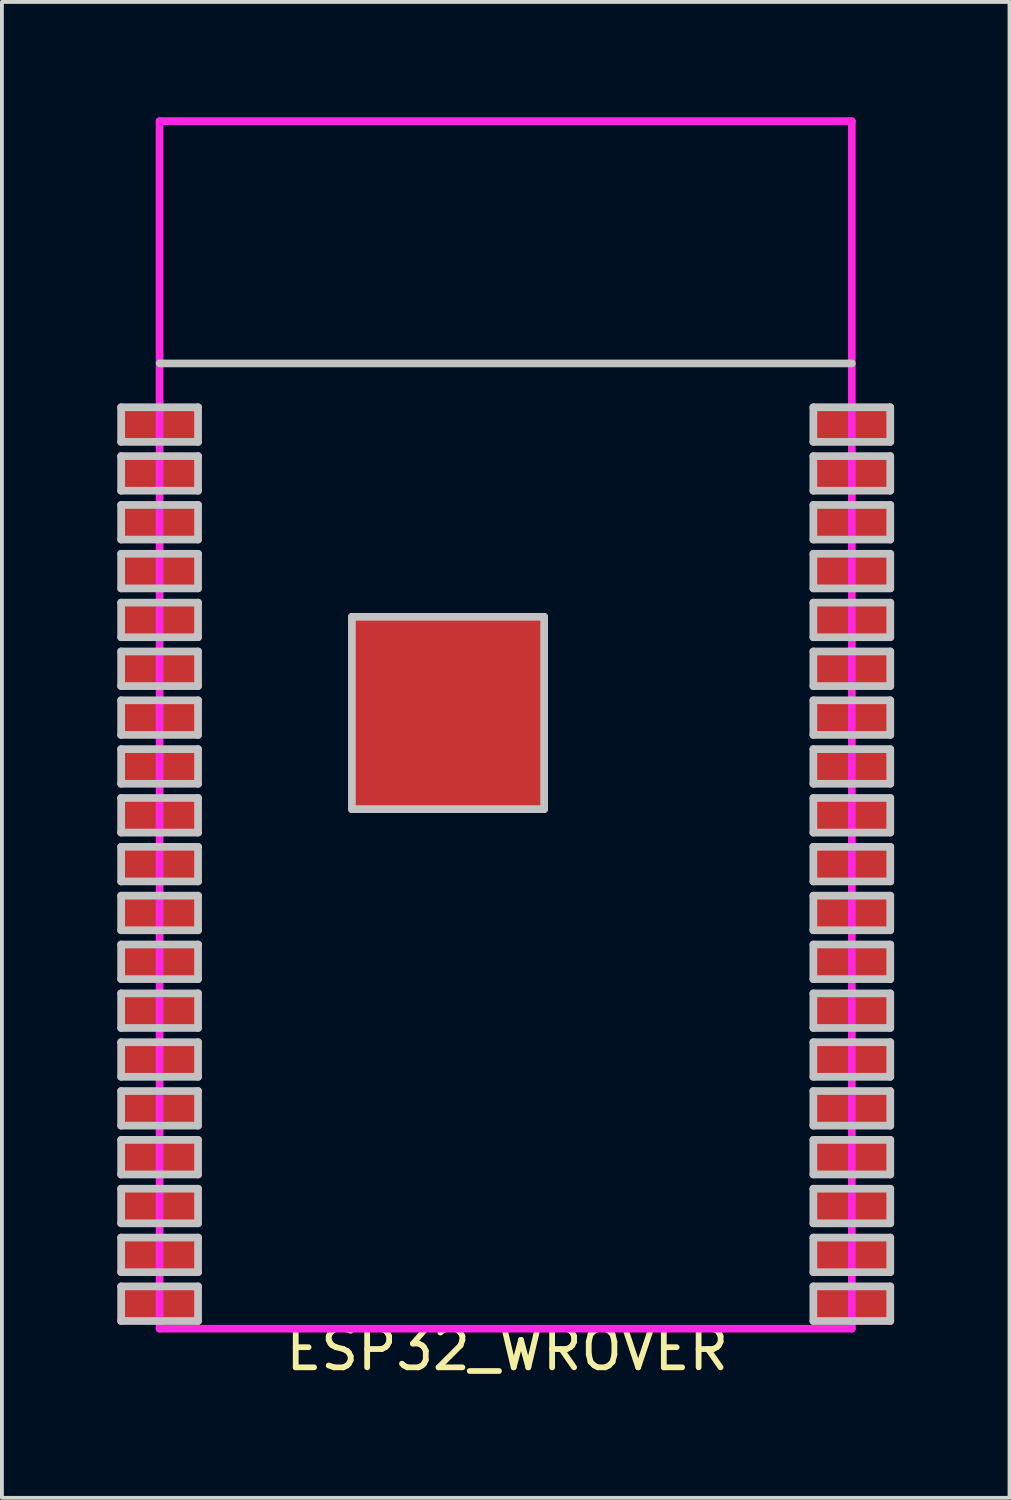
<source format=kicad_pcb>
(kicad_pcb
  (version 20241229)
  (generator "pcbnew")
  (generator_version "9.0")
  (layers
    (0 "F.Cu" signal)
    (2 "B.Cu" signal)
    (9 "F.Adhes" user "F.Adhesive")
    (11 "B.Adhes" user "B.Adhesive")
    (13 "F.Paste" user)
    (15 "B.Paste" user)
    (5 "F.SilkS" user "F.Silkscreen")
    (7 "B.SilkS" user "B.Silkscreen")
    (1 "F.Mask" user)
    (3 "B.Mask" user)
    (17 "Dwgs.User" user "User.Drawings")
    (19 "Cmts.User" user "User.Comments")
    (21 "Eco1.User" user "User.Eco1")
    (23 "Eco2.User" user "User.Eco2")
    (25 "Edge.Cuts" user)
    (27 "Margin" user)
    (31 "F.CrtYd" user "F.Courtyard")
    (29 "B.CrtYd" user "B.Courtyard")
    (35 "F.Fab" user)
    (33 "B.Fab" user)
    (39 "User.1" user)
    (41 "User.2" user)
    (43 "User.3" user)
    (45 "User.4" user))
  (footprint "ESP32_WROVER"
    (layer "F.Cu")
    (at 10.14 31.55)
    (property "Reference" "ESP32_WROVER" (at 0 0.5 0) (layer "F.SilkS") (effects (font (size 1 1) (thickness 0.15))))
    (attr through_hole)
    (fp_line (start -10.04 -24.01) (end -10.04 -23.11) (stroke (width 0.2) (type solid)) (layer "Dwgs.User"))
    (fp_line (start -10.04 -23.11) (end -8.04 -23.11) (stroke (width 0.2) (type solid)) (layer "Dwgs.User"))
    (fp_line (start -10.04 -22.74) (end -10.04 -21.84) (stroke (width 0.2) (type solid)) (layer "Dwgs.User"))
    (fp_line (start -10.04 -21.84) (end -8.04 -21.84) (stroke (width 0.2) (type solid)) (layer "Dwgs.User"))
    (fp_line (start -10.04 -21.47) (end -10.04 -20.57) (stroke (width 0.2) (type solid)) (layer "Dwgs.User"))
    (fp_line (start -10.04 -20.57) (end -8.04 -20.57) (stroke (width 0.2) (type solid)) (layer "Dwgs.User"))
    (fp_line (start -10.04 -20.2) (end -10.04 -19.3) (stroke (width 0.2) (type solid)) (layer "Dwgs.User"))
    (fp_line (start -10.04 -19.3) (end -8.04 -19.3) (stroke (width 0.2) (type solid)) (layer "Dwgs.User"))
    (fp_line (start -10.04 -18.93) (end -10.04 -18.03) (stroke (width 0.2) (type solid)) (layer "Dwgs.User"))
    (fp_line (start -10.04 -18.03) (end -8.04 -18.03) (stroke (width 0.2) (type solid)) (layer "Dwgs.User"))
    (fp_line (start -10.04 -17.66) (end -10.04 -16.76) (stroke (width 0.2) (type solid)) (layer "Dwgs.User"))
    (fp_line (start -10.04 -16.76) (end -8.04 -16.76) (stroke (width 0.2) (type solid)) (layer "Dwgs.User"))
    (fp_line (start -10.04 -16.39) (end -10.04 -15.49) (stroke (width 0.2) (type solid)) (layer "Dwgs.User"))
    (fp_line (start -10.04 -15.49) (end -8.04 -15.49) (stroke (width 0.2) (type solid)) (layer "Dwgs.User"))
    (fp_line (start -10.04 -15.12) (end -10.04 -14.22) (stroke (width 0.2) (type solid)) (layer "Dwgs.User"))
    (fp_line (start -10.04 -14.22) (end -8.04 -14.22) (stroke (width 0.2) (type solid)) (layer "Dwgs.User"))
    (fp_line (start -10.04 -13.85) (end -10.04 -12.95) (stroke (width 0.2) (type solid)) (layer "Dwgs.User"))
    (fp_line (start -10.04 -12.95) (end -8.04 -12.95) (stroke (width 0.2) (type solid)) (layer "Dwgs.User"))
    (fp_line (start -10.04 -12.58) (end -10.04 -11.68) (stroke (width 0.2) (type solid)) (layer "Dwgs.User"))
    (fp_line (start -10.04 -11.68) (end -8.04 -11.68) (stroke (width 0.2) (type solid)) (layer "Dwgs.User"))
    (fp_line (start -10.04 -11.31) (end -10.04 -10.41) (stroke (width 0.2) (type solid)) (layer "Dwgs.User"))
    (fp_line (start -10.04 -10.41) (end -8.04 -10.41) (stroke (width 0.2) (type solid)) (layer "Dwgs.User"))
    (fp_line (start -10.04 -10.04) (end -10.04 -9.14) (stroke (width 0.2) (type solid)) (layer "Dwgs.User"))
    (fp_line (start -10.04 -9.14) (end -8.04 -9.14) (stroke (width 0.2) (type solid)) (layer "Dwgs.User"))
    (fp_line (start -10.04 -8.77) (end -10.04 -7.87) (stroke (width 0.2) (type solid)) (layer "Dwgs.User"))
    (fp_line (start -10.04 -7.87) (end -8.04 -7.87) (stroke (width 0.2) (type solid)) (layer "Dwgs.User"))
    (fp_line (start -10.04 -7.5) (end -10.04 -6.6) (stroke (width 0.2) (type solid)) (layer "Dwgs.User"))
    (fp_line (start -10.04 -6.6) (end -8.04 -6.6) (stroke (width 0.2) (type solid)) (layer "Dwgs.User"))
    (fp_line (start -10.04 -6.23) (end -10.04 -5.33) (stroke (width 0.2) (type solid)) (layer "Dwgs.User"))
    (fp_line (start -10.04 -5.33) (end -8.04 -5.33) (stroke (width 0.2) (type solid)) (layer "Dwgs.User"))
    (fp_line (start -10.04 -4.96) (end -10.04 -4.06) (stroke (width 0.2) (type solid)) (layer "Dwgs.User"))
    (fp_line (start -10.04 -4.06) (end -8.04 -4.06) (stroke (width 0.2) (type solid)) (layer "Dwgs.User"))
    (fp_line (start -10.04 -3.69) (end -10.04 -2.79) (stroke (width 0.2) (type solid)) (layer "Dwgs.User"))
    (fp_line (start -10.04 -2.79) (end -8.04 -2.79) (stroke (width 0.2) (type solid)) (layer "Dwgs.User"))
    (fp_line (start -10.04 -2.42) (end -10.04 -1.52) (stroke (width 0.2) (type solid)) (layer "Dwgs.User"))
    (fp_line (start -10.04 -1.52) (end -8.04 -1.52) (stroke (width 0.2) (type solid)) (layer "Dwgs.User"))
    (fp_line (start -10.04 -1.15) (end -10.04 -0.25) (stroke (width 0.2) (type solid)) (layer "Dwgs.User"))
    (fp_line (start -10.04 -0.25) (end -8.04 -0.25) (stroke (width 0.2) (type solid)) (layer "Dwgs.User"))
    (fp_line (start -9.04 -25.15) (end 8.96 -25.15) (stroke (width 0.2) (type solid)) (layer "Dwgs.User"))
    (fp_line (start -8.04 -24.01) (end -10.04 -24.01) (stroke (width 0.2) (type solid)) (layer "Dwgs.User"))
    (fp_line (start -8.04 -23.11) (end -8.04 -24.01) (stroke (width 0.2) (type solid)) (layer "Dwgs.User"))
    (fp_line (start -8.04 -22.74) (end -10.04 -22.74) (stroke (width 0.2) (type solid)) (layer "Dwgs.User"))
    (fp_line (start -8.04 -21.84) (end -8.04 -22.74) (stroke (width 0.2) (type solid)) (layer "Dwgs.User"))
    (fp_line (start -8.04 -21.47) (end -10.04 -21.47) (stroke (width 0.2) (type solid)) (layer "Dwgs.User"))
    (fp_line (start -8.04 -20.57) (end -8.04 -21.47) (stroke (width 0.2) (type solid)) (layer "Dwgs.User"))
    (fp_line (start -8.04 -20.2) (end -10.04 -20.2) (stroke (width 0.2) (type solid)) (layer "Dwgs.User"))
    (fp_line (start -8.04 -19.3) (end -8.04 -20.2) (stroke (width 0.2) (type solid)) (layer "Dwgs.User"))
    (fp_line (start -8.04 -18.93) (end -10.04 -18.93) (stroke (width 0.2) (type solid)) (layer "Dwgs.User"))
    (fp_line (start -8.04 -18.03) (end -8.04 -18.93) (stroke (width 0.2) (type solid)) (layer "Dwgs.User"))
    (fp_line (start -8.04 -17.66) (end -10.04 -17.66) (stroke (width 0.2) (type solid)) (layer "Dwgs.User"))
    (fp_line (start -8.04 -16.76) (end -8.04 -17.66) (stroke (width 0.2) (type solid)) (layer "Dwgs.User"))
    (fp_line (start -8.04 -16.39) (end -10.04 -16.39) (stroke (width 0.2) (type solid)) (layer "Dwgs.User"))
    (fp_line (start -8.04 -15.49) (end -8.04 -16.39) (stroke (width 0.2) (type solid)) (layer "Dwgs.User"))
    (fp_line (start -8.04 -15.12) (end -10.04 -15.12) (stroke (width 0.2) (type solid)) (layer "Dwgs.User"))
    (fp_line (start -8.04 -14.22) (end -8.04 -15.12) (stroke (width 0.2) (type solid)) (layer "Dwgs.User"))
    (fp_line (start -8.04 -13.85) (end -10.04 -13.85) (stroke (width 0.2) (type solid)) (layer "Dwgs.User"))
    (fp_line (start -8.04 -12.95) (end -8.04 -13.85) (stroke (width 0.2) (type solid)) (layer "Dwgs.User"))
    (fp_line (start -8.04 -12.58) (end -10.04 -12.58) (stroke (width 0.2) (type solid)) (layer "Dwgs.User"))
    (fp_line (start -8.04 -11.68) (end -8.04 -12.58) (stroke (width 0.2) (type solid)) (layer "Dwgs.User"))
    (fp_line (start -8.04 -11.31) (end -10.04 -11.31) (stroke (width 0.2) (type solid)) (layer "Dwgs.User"))
    (fp_line (start -8.04 -10.41) (end -8.04 -11.31) (stroke (width 0.2) (type solid)) (layer "Dwgs.User"))
    (fp_line (start -8.04 -10.04) (end -10.04 -10.04) (stroke (width 0.2) (type solid)) (layer "Dwgs.User"))
    (fp_line (start -8.04 -9.14) (end -8.04 -10.04) (stroke (width 0.2) (type solid)) (layer "Dwgs.User"))
    (fp_line (start -8.04 -8.77) (end -10.04 -8.77) (stroke (width 0.2) (type solid)) (layer "Dwgs.User"))
    (fp_line (start -8.04 -7.87) (end -8.04 -8.77) (stroke (width 0.2) (type solid)) (layer "Dwgs.User"))
    (fp_line (start -8.04 -7.5) (end -10.04 -7.5) (stroke (width 0.2) (type solid)) (layer "Dwgs.User"))
    (fp_line (start -8.04 -6.6) (end -8.04 -7.5) (stroke (width 0.2) (type solid)) (layer "Dwgs.User"))
    (fp_line (start -8.04 -6.23) (end -10.04 -6.23) (stroke (width 0.2) (type solid)) (layer "Dwgs.User"))
    (fp_line (start -8.04 -5.33) (end -8.04 -6.23) (stroke (width 0.2) (type solid)) (layer "Dwgs.User"))
    (fp_line (start -8.04 -4.96) (end -10.04 -4.96) (stroke (width 0.2) (type solid)) (layer "Dwgs.User"))
    (fp_line (start -8.04 -4.06) (end -8.04 -4.96) (stroke (width 0.2) (type solid)) (layer "Dwgs.User"))
    (fp_line (start -8.04 -3.69) (end -10.04 -3.69) (stroke (width 0.2) (type solid)) (layer "Dwgs.User"))
    (fp_line (start -8.04 -2.79) (end -8.04 -3.69) (stroke (width 0.2) (type solid)) (layer "Dwgs.User"))
    (fp_line (start -8.04 -2.42) (end -10.04 -2.42) (stroke (width 0.2) (type solid)) (layer "Dwgs.User"))
    (fp_line (start -8.04 -1.52) (end -8.04 -2.42) (stroke (width 0.2) (type solid)) (layer "Dwgs.User"))
    (fp_line (start -8.04 -1.15) (end -10.04 -1.15) (stroke (width 0.2) (type solid)) (layer "Dwgs.User"))
    (fp_line (start -8.04 -0.25) (end -8.04 -1.15) (stroke (width 0.2) (type solid)) (layer "Dwgs.User"))
    (fp_line (start -4.04 -18.56) (end -4.04 -13.56) (stroke (width 0.2) (type solid)) (layer "Dwgs.User"))
    (fp_line (start -4.04 -13.56) (end 0.96 -13.56) (stroke (width 0.2) (type solid)) (layer "Dwgs.User"))
    (fp_line (start 0.96 -18.56) (end -4.04 -18.56) (stroke (width 0.2) (type solid)) (layer "Dwgs.User"))
    (fp_line (start 0.96 -13.56) (end 0.96 -18.56) (stroke (width 0.2) (type solid)) (layer "Dwgs.User"))
    (fp_line (start 7.96 -24.01) (end 9.96 -24.01) (stroke (width 0.2) (type solid)) (layer "Dwgs.User"))
    (fp_line (start 7.96 -23.11) (end 7.96 -24.01) (stroke (width 0.2) (type solid)) (layer "Dwgs.User"))
    (fp_line (start 7.96 -22.74) (end 9.96 -22.74) (stroke (width 0.2) (type solid)) (layer "Dwgs.User"))
    (fp_line (start 7.96 -21.84) (end 7.96 -22.74) (stroke (width 0.2) (type solid)) (layer "Dwgs.User"))
    (fp_line (start 7.96 -21.47) (end 9.96 -21.47) (stroke (width 0.2) (type solid)) (layer "Dwgs.User"))
    (fp_line (start 7.96 -20.57) (end 7.96 -21.47) (stroke (width 0.2) (type solid)) (layer "Dwgs.User"))
    (fp_line (start 7.96 -20.2) (end 9.96 -20.2) (stroke (width 0.2) (type solid)) (layer "Dwgs.User"))
    (fp_line (start 7.96 -19.3) (end 7.96 -20.2) (stroke (width 0.2) (type solid)) (layer "Dwgs.User"))
    (fp_line (start 7.96 -18.93) (end 9.96 -18.93) (stroke (width 0.2) (type solid)) (layer "Dwgs.User"))
    (fp_line (start 7.96 -18.03) (end 7.96 -18.93) (stroke (width 0.2) (type solid)) (layer "Dwgs.User"))
    (fp_line (start 7.96 -17.66) (end 9.96 -17.66) (stroke (width 0.2) (type solid)) (layer "Dwgs.User"))
    (fp_line (start 7.96 -16.76) (end 7.96 -17.66) (stroke (width 0.2) (type solid)) (layer "Dwgs.User"))
    (fp_line (start 7.96 -16.39) (end 9.96 -16.39) (stroke (width 0.2) (type solid)) (layer "Dwgs.User"))
    (fp_line (start 7.96 -15.49) (end 7.96 -16.39) (stroke (width 0.2) (type solid)) (layer "Dwgs.User"))
    (fp_line (start 7.96 -15.12) (end 9.96 -15.12) (stroke (width 0.2) (type solid)) (layer "Dwgs.User"))
    (fp_line (start 7.96 -14.22) (end 7.96 -15.12) (stroke (width 0.2) (type solid)) (layer "Dwgs.User"))
    (fp_line (start 7.96 -13.85) (end 9.96 -13.85) (stroke (width 0.2) (type solid)) (layer "Dwgs.User"))
    (fp_line (start 7.96 -12.95) (end 7.96 -13.85) (stroke (width 0.2) (type solid)) (layer "Dwgs.User"))
    (fp_line (start 7.96 -12.58) (end 9.96 -12.58) (stroke (width 0.2) (type solid)) (layer "Dwgs.User"))
    (fp_line (start 7.96 -11.68) (end 7.96 -12.58) (stroke (width 0.2) (type solid)) (layer "Dwgs.User"))
    (fp_line (start 7.96 -11.31) (end 9.96 -11.31) (stroke (width 0.2) (type solid)) (layer "Dwgs.User"))
    (fp_line (start 7.96 -10.41) (end 7.96 -11.31) (stroke (width 0.2) (type solid)) (layer "Dwgs.User"))
    (fp_line (start 7.96 -10.04) (end 9.96 -10.04) (stroke (width 0.2) (type solid)) (layer "Dwgs.User"))
    (fp_line (start 7.96 -9.14) (end 7.96 -10.04) (stroke (width 0.2) (type solid)) (layer "Dwgs.User"))
    (fp_line (start 7.96 -8.77) (end 9.96 -8.77) (stroke (width 0.2) (type solid)) (layer "Dwgs.User"))
    (fp_line (start 7.96 -7.87) (end 7.96 -8.77) (stroke (width 0.2) (type solid)) (layer "Dwgs.User"))
    (fp_line (start 7.96 -7.5) (end 9.96 -7.5) (stroke (width 0.2) (type solid)) (layer "Dwgs.User"))
    (fp_line (start 7.96 -6.6) (end 7.96 -7.5) (stroke (width 0.2) (type solid)) (layer "Dwgs.User"))
    (fp_line (start 7.96 -6.23) (end 9.96 -6.23) (stroke (width 0.2) (type solid)) (layer "Dwgs.User"))
    (fp_line (start 7.96 -5.33) (end 7.96 -6.23) (stroke (width 0.2) (type solid)) (layer "Dwgs.User"))
    (fp_line (start 7.96 -4.96) (end 9.96 -4.96) (stroke (width 0.2) (type solid)) (layer "Dwgs.User"))
    (fp_line (start 7.96 -4.06) (end 7.96 -4.96) (stroke (width 0.2) (type solid)) (layer "Dwgs.User"))
    (fp_line (start 7.96 -3.69) (end 9.96 -3.69) (stroke (width 0.2) (type solid)) (layer "Dwgs.User"))
    (fp_line (start 7.96 -2.79) (end 7.96 -3.69) (stroke (width 0.2) (type solid)) (layer "Dwgs.User"))
    (fp_line (start 7.96 -2.42) (end 9.96 -2.42) (stroke (width 0.2) (type solid)) (layer "Dwgs.User"))
    (fp_line (start 7.96 -1.52) (end 7.96 -2.42) (stroke (width 0.2) (type solid)) (layer "Dwgs.User"))
    (fp_line (start 7.96 -1.15) (end 9.96 -1.15) (stroke (width 0.2) (type solid)) (layer "Dwgs.User"))
    (fp_line (start 7.96 -0.25) (end 7.96 -1.15) (stroke (width 0.2) (type solid)) (layer "Dwgs.User"))
    (fp_line (start 9.96 -24.01) (end 9.96 -23.11) (stroke (width 0.2) (type solid)) (layer "Dwgs.User"))
    (fp_line (start 9.96 -23.11) (end 7.96 -23.11) (stroke (width 0.2) (type solid)) (layer "Dwgs.User"))
    (fp_line (start 9.96 -22.74) (end 9.96 -21.84) (stroke (width 0.2) (type solid)) (layer "Dwgs.User"))
    (fp_line (start 9.96 -21.84) (end 7.96 -21.84) (stroke (width 0.2) (type solid)) (layer "Dwgs.User"))
    (fp_line (start 9.96 -21.47) (end 9.96 -20.57) (stroke (width 0.2) (type solid)) (layer "Dwgs.User"))
    (fp_line (start 9.96 -20.57) (end 7.96 -20.57) (stroke (width 0.2) (type solid)) (layer "Dwgs.User"))
    (fp_line (start 9.96 -20.2) (end 9.96 -19.3) (stroke (width 0.2) (type solid)) (layer "Dwgs.User"))
    (fp_line (start 9.96 -19.3) (end 7.96 -19.3) (stroke (width 0.2) (type solid)) (layer "Dwgs.User"))
    (fp_line (start 9.96 -18.93) (end 9.96 -18.03) (stroke (width 0.2) (type solid)) (layer "Dwgs.User"))
    (fp_line (start 9.96 -18.03) (end 7.96 -18.03) (stroke (width 0.2) (type solid)) (layer "Dwgs.User"))
    (fp_line (start 9.96 -17.66) (end 9.96 -16.76) (stroke (width 0.2) (type solid)) (layer "Dwgs.User"))
    (fp_line (start 9.96 -16.76) (end 7.96 -16.76) (stroke (width 0.2) (type solid)) (layer "Dwgs.User"))
    (fp_line (start 9.96 -16.39) (end 9.96 -15.49) (stroke (width 0.2) (type solid)) (layer "Dwgs.User"))
    (fp_line (start 9.96 -15.49) (end 7.96 -15.49) (stroke (width 0.2) (type solid)) (layer "Dwgs.User"))
    (fp_line (start 9.96 -15.12) (end 9.96 -14.22) (stroke (width 0.2) (type solid)) (layer "Dwgs.User"))
    (fp_line (start 9.96 -14.22) (end 7.96 -14.22) (stroke (width 0.2) (type solid)) (layer "Dwgs.User"))
    (fp_line (start 9.96 -13.85) (end 9.96 -12.95) (stroke (width 0.2) (type solid)) (layer "Dwgs.User"))
    (fp_line (start 9.96 -12.95) (end 7.96 -12.95) (stroke (width 0.2) (type solid)) (layer "Dwgs.User"))
    (fp_line (start 9.96 -12.58) (end 9.96 -11.68) (stroke (width 0.2) (type solid)) (layer "Dwgs.User"))
    (fp_line (start 9.96 -11.68) (end 7.96 -11.68) (stroke (width 0.2) (type solid)) (layer "Dwgs.User"))
    (fp_line (start 9.96 -11.31) (end 9.96 -10.41) (stroke (width 0.2) (type solid)) (layer "Dwgs.User"))
    (fp_line (start 9.96 -10.41) (end 7.96 -10.41) (stroke (width 0.2) (type solid)) (layer "Dwgs.User"))
    (fp_line (start 9.96 -10.04) (end 9.96 -9.14) (stroke (width 0.2) (type solid)) (layer "Dwgs.User"))
    (fp_line (start 9.96 -9.14) (end 7.96 -9.14) (stroke (width 0.2) (type solid)) (layer "Dwgs.User"))
    (fp_line (start 9.96 -8.77) (end 9.96 -7.87) (stroke (width 0.2) (type solid)) (layer "Dwgs.User"))
    (fp_line (start 9.96 -7.87) (end 7.96 -7.87) (stroke (width 0.2) (type solid)) (layer "Dwgs.User"))
    (fp_line (start 9.96 -7.5) (end 9.96 -6.6) (stroke (width 0.2) (type solid)) (layer "Dwgs.User"))
    (fp_line (start 9.96 -6.6) (end 7.96 -6.6) (stroke (width 0.2) (type solid)) (layer "Dwgs.User"))
    (fp_line (start 9.96 -6.23) (end 9.96 -5.33) (stroke (width 0.2) (type solid)) (layer "Dwgs.User"))
    (fp_line (start 9.96 -5.33) (end 7.96 -5.33) (stroke (width 0.2) (type solid)) (layer "Dwgs.User"))
    (fp_line (start 9.96 -4.96) (end 9.96 -4.06) (stroke (width 0.2) (type solid)) (layer "Dwgs.User"))
    (fp_line (start 9.96 -4.06) (end 7.96 -4.06) (stroke (width 0.2) (type solid)) (layer "Dwgs.User"))
    (fp_line (start 9.96 -3.69) (end 9.96 -2.79) (stroke (width 0.2) (type solid)) (layer "Dwgs.User"))
    (fp_line (start 9.96 -2.79) (end 7.96 -2.79) (stroke (width 0.2) (type solid)) (layer "Dwgs.User"))
    (fp_line (start 9.96 -2.42) (end 9.96 -1.52) (stroke (width 0.2) (type solid)) (layer "Dwgs.User"))
    (fp_line (start 9.96 -1.52) (end 7.96 -1.52) (stroke (width 0.2) (type solid)) (layer "Dwgs.User"))
    (fp_line (start 9.96 -1.15) (end 9.96 -0.25) (stroke (width 0.2) (type solid)) (layer "Dwgs.User"))
    (fp_line (start 9.96 -0.25) (end 7.96 -0.25) (stroke (width 0.2) (type solid)) (layer "Dwgs.User"))
    (fp_line (start -9.04 -31.45) (end 8.96 -31.45) (stroke (width 0.2) (type solid)) (layer "F.CrtYd"))
    (fp_line (start -9.04 -0.05) (end -9.04 -31.45) (stroke (width 0.2) (type solid)) (layer "F.CrtYd"))
    (fp_line (start 8.96 -31.45) (end 8.96 -0.05) (stroke (width 0.2) (type solid)) (layer "F.CrtYd"))
    (fp_line (start 8.96 -0.05) (end -9.04 -0.05) (stroke (width 0.2) (type solid)) (layer "F.CrtYd"))
    (pad "1" smd rect (at -9.05 -23.56) (size 2 0.9) (layers "F.Cu" "F.Mask" "F.Paste"))
    (pad "2" smd rect (at -9.05 -22.29) (size 2 0.9) (layers "F.Cu" "F.Mask" "F.Paste"))
    (pad "3" smd rect (at -9.05 -21.02) (size 2 0.9) (layers "F.Cu" "F.Mask" "F.Paste"))
    (pad "4" smd rect (at -9.05 -19.75) (size 2 0.9) (layers "F.Cu" "F.Mask" "F.Paste"))
    (pad "5" smd rect (at -9.05 -18.48) (size 2 0.9) (layers "F.Cu" "F.Mask" "F.Paste"))
    (pad "6" smd rect (at -9.05 -17.21) (size 2 0.9) (layers "F.Cu" "F.Mask" "F.Paste"))
    (pad "7" smd rect (at -9.05 -15.94) (size 2 0.9) (layers "F.Cu" "F.Mask" "F.Paste"))
    (pad "8" smd rect (at -9.05 -14.67) (size 2 0.9) (layers "F.Cu" "F.Mask" "F.Paste"))
    (pad "9" smd rect (at -9.05 -13.4) (size 2 0.9) (layers "F.Cu" "F.Mask" "F.Paste"))
    (pad "10" smd rect (at -9.05 -12.13) (size 2 0.9) (layers "F.Cu" "F.Mask" "F.Paste"))
    (pad "11" smd rect (at -9.05 -10.86) (size 2 0.9) (layers "F.Cu" "F.Mask" "F.Paste"))
    (pad "12" smd rect (at -9.05 -9.59) (size 2 0.9) (layers "F.Cu" "F.Mask" "F.Paste"))
    (pad "13" smd rect (at -9.05 -8.32) (size 2 0.9) (layers "F.Cu" "F.Mask" "F.Paste"))
    (pad "14" smd rect (at -9.05 -7.05) (size 2 0.9) (layers "F.Cu" "F.Mask" "F.Paste"))
    (pad "15" smd rect (at -9.05 -5.78) (size 2 0.9) (layers "F.Cu" "F.Mask" "F.Paste"))
    (pad "16" smd rect (at -9.05 -4.51) (size 2 0.9) (layers "F.Cu" "F.Mask" "F.Paste"))
    (pad "17" smd rect (at -9.05 -3.24) (size 2 0.9) (layers "F.Cu" "F.Mask" "F.Paste"))
    (pad "18" smd rect (at -9.05 -1.97) (size 2 0.9) (layers "F.Cu" "F.Mask" "F.Paste"))
    (pad "19" smd rect (at -9.05 -0.7) (size 2 0.9) (layers "F.Cu" "F.Mask" "F.Paste"))
    (pad "20" smd rect (at 8.96 -0.7) (size 2 0.9) (layers "F.Cu" "F.Mask" "F.Paste"))
    (pad "21" smd rect (at 8.96 -1.97) (size 2 0.9) (layers "F.Cu" "F.Mask" "F.Paste"))
    (pad "22" smd rect (at 8.96 -3.24) (size 2 0.9) (layers "F.Cu" "F.Mask" "F.Paste"))
    (pad "23" smd rect (at 8.96 -4.51) (size 2 0.9) (layers "F.Cu" "F.Mask" "F.Paste"))
    (pad "24" smd rect (at 8.96 -5.78) (size 2 0.9) (layers "F.Cu" "F.Mask" "F.Paste"))
    (pad "25" smd rect (at 8.96 -7.05) (size 2 0.9) (layers "F.Cu" "F.Mask" "F.Paste"))
    (pad "26" smd rect (at 8.96 -8.32) (size 2 0.9) (layers "F.Cu" "F.Mask" "F.Paste"))
    (pad "27" smd rect (at 8.96 -9.59) (size 2 0.9) (layers "F.Cu" "F.Mask" "F.Paste"))
    (pad "28" smd rect (at 8.96 -10.86) (size 2 0.9) (layers "F.Cu" "F.Mask" "F.Paste"))
    (pad "29" smd rect (at 8.96 -12.13) (size 2 0.9) (layers "F.Cu" "F.Mask" "F.Paste"))
    (pad "30" smd rect (at 8.96 -13.4) (size 2 0.9) (layers "F.Cu" "F.Mask" "F.Paste"))
    (pad "31" smd rect (at 8.96 -14.67) (size 2 0.9) (layers "F.Cu" "F.Mask" "F.Paste"))
    (pad "32" smd rect (at 8.96 -15.94) (size 2 0.9) (layers "F.Cu" "F.Mask" "F.Paste"))
    (pad "33" smd rect (at 8.96 -17.21) (size 2 0.9) (layers "F.Cu" "F.Mask" "F.Paste"))
    (pad "34" smd rect (at 8.96 -18.48) (size 2 0.9) (layers "F.Cu" "F.Mask" "F.Paste"))
    (pad "35" smd rect (at 8.96 -19.75) (size 2 0.9) (layers "F.Cu" "F.Mask" "F.Paste"))
    (pad "36" smd rect (at 8.96 -21.02) (size 2 0.9) (layers "F.Cu" "F.Mask" "F.Paste"))
    (pad "37" smd rect (at 8.96 -22.29) (size 2 0.9) (layers "F.Cu" "F.Mask" "F.Paste"))
    (pad "38" smd rect (at 8.96 -23.56) (size 2 0.9) (layers "F.Cu" "F.Mask" "F.Paste"))
    (pad "39" smd rect (at -1.55 -16.04) (size 5 5) (layers "F.Cu" "F.Mask" "F.Paste")))
  (gr_rect
    (start -3 -3)
    (end 23.2 35.898)
    (stroke (width 0.1) (type default))
    (fill no)
    (layer "Edge.Cuts")))
</source>
